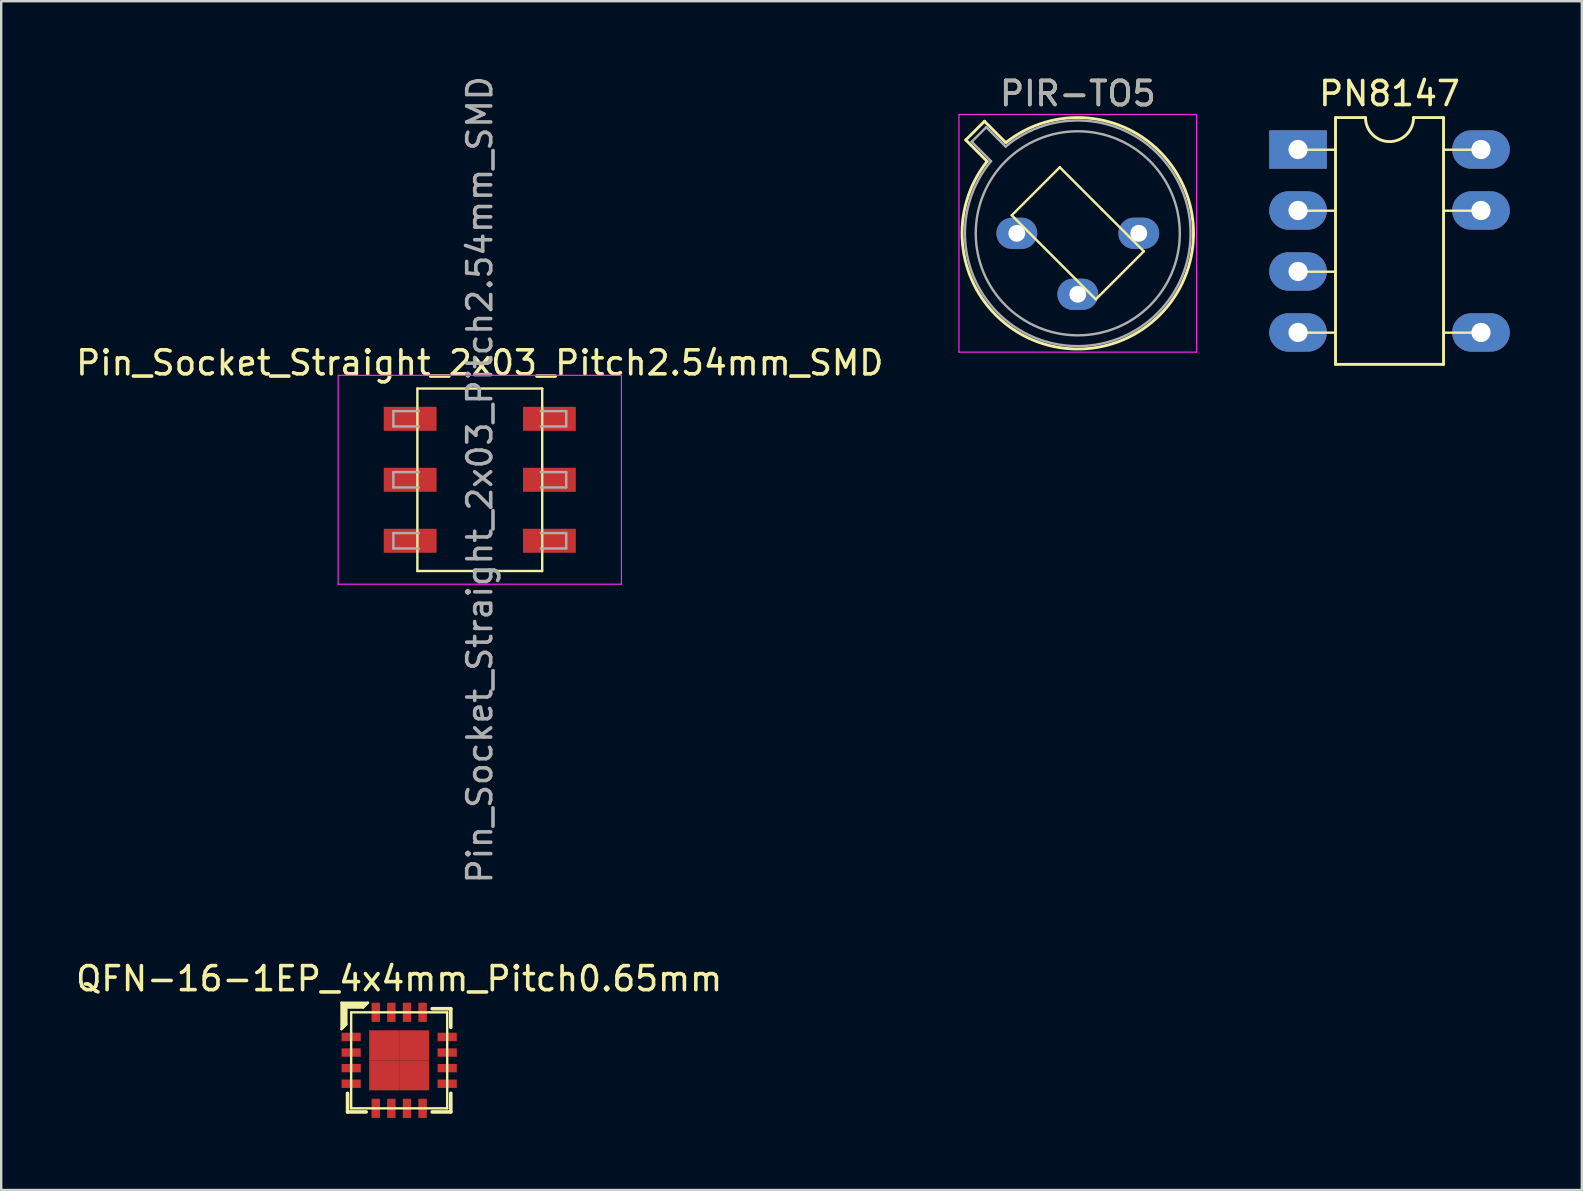
<source format=kicad_pcb>
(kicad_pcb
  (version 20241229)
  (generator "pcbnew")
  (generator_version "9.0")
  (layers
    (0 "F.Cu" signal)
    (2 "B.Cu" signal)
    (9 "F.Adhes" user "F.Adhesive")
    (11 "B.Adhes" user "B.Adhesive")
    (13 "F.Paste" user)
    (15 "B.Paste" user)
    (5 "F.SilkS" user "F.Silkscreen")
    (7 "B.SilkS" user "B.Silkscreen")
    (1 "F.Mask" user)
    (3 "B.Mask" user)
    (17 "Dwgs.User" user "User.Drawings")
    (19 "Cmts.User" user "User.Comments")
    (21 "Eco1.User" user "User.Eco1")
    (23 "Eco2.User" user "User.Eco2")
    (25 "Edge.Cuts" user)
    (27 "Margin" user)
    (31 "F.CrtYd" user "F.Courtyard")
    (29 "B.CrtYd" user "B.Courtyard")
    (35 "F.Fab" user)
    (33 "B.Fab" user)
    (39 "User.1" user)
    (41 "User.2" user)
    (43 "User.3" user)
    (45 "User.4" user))
  (footprint "PIR-TO5"
    (layer "F.Cu")
    (at 41.844 6.668)
    (property "Reference" "PIR-TO5" (at 0 -5.82 0) (layer "F.SilkS") (effects (font (size 1 1) (thickness 0.15))))
    (attr through_hole)
    (fp_line (start -4.666 -3.888) (end -3.775 -2.997) (stroke (width 0.12) (type solid)) (layer "F.SilkS"))
    (fp_line (start -3.888 -4.666) (end -4.666 -3.888) (stroke (width 0.12) (type solid)) (layer "F.SilkS"))
    (fp_line (start -2.997 -3.775) (end -3.888 -4.666) (stroke (width 0.12) (type solid)) (layer "F.SilkS"))
    (fp_line (start -0.75 -2.75) (end -2.75 -0.75) (stroke (width 0.1) (type solid)) (layer "F.SilkS"))
    (fp_line (start 0.75 2.75) (end -2.75 -0.75) (stroke (width 0.1) (type solid)) (layer "F.SilkS"))
    (fp_line (start 1 -1) (end -0.75 -2.75) (stroke (width 0.1) (type solid)) (layer "F.SilkS"))
    (fp_line (start 1 -1) (end 2.75 0.75) (stroke (width 0.1) (type solid)) (layer "F.SilkS"))
    (fp_line (start 2.75 0.75) (end 0.75 2.75) (stroke (width 0.1) (type solid)) (layer "F.SilkS"))
    (fp_arc (start -2.997084 -3.774902) (mid 3.408125 3.408384) (end -3.774674 -2.997371) (stroke (width 0.12) (type solid)) (layer "F.SilkS"))
    (fp_line (start -4.95 -4.95) (end -4.95 4.95) (stroke (width 0.05) (type solid)) (layer "F.CrtYd"))
    (fp_line (start -4.95 4.95) (end 4.95 4.95) (stroke (width 0.05) (type solid)) (layer "F.CrtYd"))
    (fp_line (start 4.95 -4.95) (end -4.95 -4.95) (stroke (width 0.05) (type solid)) (layer "F.CrtYd"))
    (fp_line (start 4.95 4.95) (end 4.95 -4.95) (stroke (width 0.05) (type solid)) (layer "F.CrtYd"))
    (fp_line (start -4.42 -3.812) (end -3.614 -3.005) (stroke (width 0.1) (type solid)) (layer "F.Fab"))
    (fp_line (start -3.812 -4.42) (end -4.42 -3.812) (stroke (width 0.1) (type solid)) (layer "F.Fab"))
    (fp_line (start -3.005 -3.614) (end -3.812 -4.42) (stroke (width 0.1) (type solid)) (layer "F.Fab"))
    (fp_arc (start -3.005408 -3.61352) (mid 3.323443 3.323361) (end -3.613594 -3.005319) (stroke (width 0.1) (type solid)) (layer "F.Fab"))
    (fp_circle (center 0 0) (end 4.25 0) (stroke (width 0.1) (type solid)) (fill no) (layer "F.Fab"))
    (fp_text user "${REFERENCE}" (at 0 -5.82 0) (layer "F.Fab") (effects (font (size 1 1) (thickness 0.15))))
    (pad "1" thru_hole oval (at -2.54 0) (size 1.7 1.3) (drill 0.7) (layers "*.Cu" "*.Mask"))
    (pad "2" thru_hole oval (at 0 2.54) (size 1.7 1.3) (drill 0.7) (layers "*.Cu" "*.Mask"))
    (pad "3" thru_hole oval (at 2.54 0) (size 1.7 1.3) (drill 0.7) (layers "*.Cu" "*.Mask")))
  (footprint "PN8147"
    (layer "F.Cu")
    (at 54.829 6.988)
    (property "Reference" "PN8147" (at 0 -6.14 0) (layer "F.SilkS") (effects (font (size 1 1) (thickness 0.15))))
    (attr through_hole)
    (fp_line (start -3.8 -3.8) (end -2.3 -3.8) (stroke (width 0.1) (type solid)) (layer "F.SilkS"))
    (fp_line (start -3.8 -1.26) (end -2.3 -1.26) (stroke (width 0.1) (type solid)) (layer "F.SilkS"))
    (fp_line (start -3.8 1.28) (end -2.3 1.28) (stroke (width 0.1) (type solid)) (layer "F.SilkS"))
    (fp_line (start -3.8 3.82) (end -2.3 3.82) (stroke (width 0.1) (type solid)) (layer "F.SilkS"))
    (fp_line (start -2.25 -5.14) (end -2.25 5.14) (stroke (width 0.12) (type solid)) (layer "F.SilkS"))
    (fp_line (start -2.25 5.14) (end 2.25 5.14) (stroke (width 0.12) (type solid)) (layer "F.SilkS"))
    (fp_line (start -1 -5.14) (end -2.25 -5.14) (stroke (width 0.12) (type solid)) (layer "F.SilkS"))
    (fp_line (start 2.25 -5.14) (end 1 -5.14) (stroke (width 0.12) (type solid)) (layer "F.SilkS"))
    (fp_line (start 2.25 5.14) (end 2.25 -5.14) (stroke (width 0.12) (type solid)) (layer "F.SilkS"))
    (fp_line (start 3.8 -3.8) (end 2.3 -3.8) (stroke (width 0.1) (type solid)) (layer "F.SilkS"))
    (fp_line (start 3.8 -1.26) (end 2.3 -1.26) (stroke (width 0.1) (type solid)) (layer "F.SilkS"))
    (fp_line (start 3.8 3.82) (end 2.3 3.82) (stroke (width 0.1) (type solid)) (layer "F.SilkS"))
    (fp_arc (start 1 -5.14) (mid 0 -4.14) (end -1 -5.14) (stroke (width 0.12) (type solid)) (layer "F.SilkS"))
    (pad "1" thru_hole rect (at -3.81 -3.81) (size 2.4 1.6) (drill 0.8) (layers "*.Cu" "*.Mask"))
    (pad "2" thru_hole oval (at -3.81 -1.27) (size 2.4 1.6) (drill 0.8) (layers "*.Cu" "*.Mask"))
    (pad "3" thru_hole oval (at -3.81 1.27) (size 2.4 1.6) (drill 0.8) (layers "*.Cu" "*.Mask"))
    (pad "4" thru_hole oval (at -3.81 3.81) (size 2.4 1.6) (drill 0.8) (layers "*.Cu" "*.Mask"))
    (pad "5" thru_hole oval (at 3.81 3.81) (size 2.4 1.6) (drill 0.8) (layers "*.Cu" "*.Mask"))
    (pad "7" thru_hole oval (at 3.81 -1.27) (size 2.4 1.6) (drill 0.8) (layers "*.Cu" "*.Mask"))
    (pad "8" thru_hole oval (at 3.81 -3.81) (size 2.4 1.6) (drill 0.8) (layers "*.Cu" "*.Mask")))
  (footprint "QFN-16-1EP_4x4mm_Pitch0.65mm"
    (layer "F.Cu")
    (at 13.577 41.117)
    (property "Reference" "QFN-16-1EP_4x4mm_Pitch0.65mm" (at 0 -3.4 0) (layer "F.SilkS") (effects (font (size 1 1) (thickness 0.15))))
    (attr smd)
    (fp_line (start -2.4 -2.4) (end -1.3 -2.4) (stroke (width 0.1) (type solid)) (layer "F.SilkS"))
    (fp_line (start -2.4 -1.3) (end -2.4 -2.4) (stroke (width 0.1) (type solid)) (layer "F.SilkS"))
    (fp_line (start -2.35 -2.35) (end -1.35 -2.35) (stroke (width 0.1) (type solid)) (layer "F.SilkS"))
    (fp_line (start -2.35 -1.35) (end -2.35 -2.35) (stroke (width 0.1) (type solid)) (layer "F.SilkS"))
    (fp_line (start -2.3 -2.3) (end -2.3 -1.4) (stroke (width 0.1) (type solid)) (layer "F.SilkS"))
    (fp_line (start -2.25 -2.25) (end -2.25 -1.45) (stroke (width 0.1) (type solid)) (layer "F.SilkS"))
    (fp_line (start -2.2 -2.2) (end -2.2 -1.5) (stroke (width 0.1) (type solid)) (layer "F.SilkS"))
    (fp_line (start -2.2 -1.5) (end -2.4 -1.3) (stroke (width 0.1) (type solid)) (layer "F.SilkS"))
    (fp_line (start -2.15 2.15) (end -2.15 1.375) (stroke (width 0.15) (type solid)) (layer "F.SilkS"))
    (fp_line (start -2.15 2.15) (end -1.375 2.15) (stroke (width 0.15) (type solid)) (layer "F.SilkS"))
    (fp_line (start -2 -2) (end -2 2) (stroke (width 0.1) (type solid)) (layer "F.SilkS"))
    (fp_line (start -2 2) (end 2 2) (stroke (width 0.1) (type solid)) (layer "F.SilkS"))
    (fp_line (start -1.5 -2.2) (end -2.2 -2.2) (stroke (width 0.1) (type solid)) (layer "F.SilkS"))
    (fp_line (start -1.45 -2.25) (end -2.25 -2.25) (stroke (width 0.1) (type solid)) (layer "F.SilkS"))
    (fp_line (start -1.4 -2.3) (end -2.3 -2.3) (stroke (width 0.1) (type solid)) (layer "F.SilkS"))
    (fp_line (start -1.3 -2.4) (end -1.5 -2.2) (stroke (width 0.1) (type solid)) (layer "F.SilkS"))
    (fp_line (start 2 -2) (end -2 -2) (stroke (width 0.1) (type solid)) (layer "F.SilkS"))
    (fp_line (start 2 2) (end 2 -2) (stroke (width 0.1) (type solid)) (layer "F.SilkS"))
    (fp_line (start 2.15 -2.15) (end 1.375 -2.15) (stroke (width 0.15) (type solid)) (layer "F.SilkS"))
    (fp_line (start 2.15 -2.15) (end 2.15 -1.375) (stroke (width 0.15) (type solid)) (layer "F.SilkS"))
    (fp_line (start 2.15 2.15) (end 1.375 2.15) (stroke (width 0.15) (type solid)) (layer "F.SilkS"))
    (fp_line (start 2.15 2.15) (end 2.15 1.375) (stroke (width 0.15) (type solid)) (layer "F.SilkS"))
    (pad "1" smd rect (at -2 -0.975) (size 0.8 0.35) (layers "F.Cu" "F.Mask" "F.Paste"))
    (pad "2" smd rect (at -2 -0.325) (size 0.8 0.35) (layers "F.Cu" "F.Mask" "F.Paste"))
    (pad "3" smd rect (at -2 0.325) (size 0.8 0.35) (layers "F.Cu" "F.Mask" "F.Paste"))
    (pad "4" smd rect (at -2 0.975) (size 0.8 0.35) (layers "F.Cu" "F.Mask" "F.Paste"))
    (pad "5" smd rect (at -0.975 2 90) (size 0.8 0.35) (layers "F.Cu" "F.Mask" "F.Paste"))
    (pad "6" smd rect (at -0.325 2 90) (size 0.8 0.35) (layers "F.Cu" "F.Mask" "F.Paste"))
    (pad "7" smd rect (at 0.325 2 90) (size 0.8 0.35) (layers "F.Cu" "F.Mask" "F.Paste"))
    (pad "8" smd rect (at 0.975 2 90) (size 0.8 0.35) (layers "F.Cu" "F.Mask" "F.Paste"))
    (pad "9" smd rect (at 2 0.975) (size 0.8 0.35) (layers "F.Cu" "F.Mask" "F.Paste"))
    (pad "10" smd rect (at 2 0.325) (size 0.8 0.35) (layers "F.Cu" "F.Mask" "F.Paste"))
    (pad "11" smd rect (at 2 -0.325) (size 0.8 0.35) (layers "F.Cu" "F.Mask" "F.Paste"))
    (pad "12" smd rect (at 2 -0.975) (size 0.8 0.35) (layers "F.Cu" "F.Mask" "F.Paste"))
    (pad "13" smd rect (at 0.975 -2 90) (size 0.8 0.35) (layers "F.Cu" "F.Mask" "F.Paste"))
    (pad "14" smd rect (at 0.325 -2 90) (size 0.8 0.35) (layers "F.Cu" "F.Mask" "F.Paste"))
    (pad "15" smd rect (at -0.325 -2 90) (size 0.8 0.35) (layers "F.Cu" "F.Mask" "F.Paste"))
    (pad "16" smd rect (at -0.975 -2 90) (size 0.8 0.35) (layers "F.Cu" "F.Mask" "F.Paste"))
    (pad "17" smd rect (at -0.625 -0.625) (size 1.25 1.25) (layers "F.Cu" "F.Mask" "F.Paste"))
    (pad "17" smd rect (at -0.625 0.625) (size 1.25 1.25) (layers "F.Cu" "F.Mask" "F.Paste"))
    (pad "17" smd rect (at 0.625 -0.625) (size 1.25 1.25) (layers "F.Cu" "F.Mask" "F.Paste"))
    (pad "17" smd rect (at 0.625 0.625) (size 1.25 1.25) (layers "F.Cu" "F.Mask" "F.Paste")))
  (footprint "Pin_Socket_Straight_2x03_Pitch2.54mm_SMD"
    (layer "F.Cu")
    (at 16.935 16.935)
    (property "Reference" "Pin_Socket_Straight_2x03_Pitch2.54mm_SMD" (at 0 -4.87 0) (layer "F.SilkS") (effects (font (size 1 1) (thickness 0.15))))
    (attr smd)
    (fp_line (start -2.6 -3.8) (end -2.6 3.8) (stroke (width 0.1) (type solid)) (layer "F.SilkS"))
    (fp_line (start 2.6 -3.8) (end -2.6 -3.8) (stroke (width 0.1) (type solid)) (layer "F.SilkS"))
    (fp_line (start 2.6 -3.8) (end 2.6 3.8) (stroke (width 0.1) (type solid)) (layer "F.SilkS"))
    (fp_line (start 2.6 3.8) (end -2.6 3.8) (stroke (width 0.1) (type solid)) (layer "F.SilkS"))
    (fp_line (start -5.9 -4.35) (end -5.9 4.35) (stroke (width 0.05) (type solid)) (layer "F.CrtYd"))
    (fp_line (start -5.9 4.35) (end 5.9 4.35) (stroke (width 0.05) (type solid)) (layer "F.CrtYd"))
    (fp_line (start 5.9 -4.35) (end -5.9 -4.35) (stroke (width 0.05) (type solid)) (layer "F.CrtYd"))
    (fp_line (start 5.9 4.35) (end 5.9 -4.35) (stroke (width 0.05) (type solid)) (layer "F.CrtYd"))
    (fp_line (start -3.6 -2.86) (end -3.6 -2.22) (stroke (width 0.1) (type solid)) (layer "F.Fab"))
    (fp_line (start -3.6 -2.22) (end -2.54 -2.22) (stroke (width 0.1) (type solid)) (layer "F.Fab"))
    (fp_line (start -3.6 -0.32) (end -3.6 0.32) (stroke (width 0.1) (type solid)) (layer "F.Fab"))
    (fp_line (start -3.6 0.32) (end -2.54 0.32) (stroke (width 0.1) (type solid)) (layer "F.Fab"))
    (fp_line (start -3.6 2.22) (end -3.6 2.86) (stroke (width 0.1) (type solid)) (layer "F.Fab"))
    (fp_line (start -3.6 2.86) (end -2.54 2.86) (stroke (width 0.1) (type solid)) (layer "F.Fab"))
    (fp_line (start -2.54 -2.86) (end -3.6 -2.86) (stroke (width 0.1) (type solid)) (layer "F.Fab"))
    (fp_line (start -2.54 -0.32) (end -3.6 -0.32) (stroke (width 0.1) (type solid)) (layer "F.Fab"))
    (fp_line (start -2.54 2.22) (end -3.6 2.22) (stroke (width 0.1) (type solid)) (layer "F.Fab"))
    (fp_line (start 2.54 -2.86) (end 3.6 -2.86) (stroke (width 0.1) (type solid)) (layer "F.Fab"))
    (fp_line (start 2.54 -0.32) (end 3.6 -0.32) (stroke (width 0.1) (type solid)) (layer "F.Fab"))
    (fp_line (start 2.54 2.22) (end 3.6 2.22) (stroke (width 0.1) (type solid)) (layer "F.Fab"))
    (fp_line (start 3.6 -2.86) (end 3.6 -2.22) (stroke (width 0.1) (type solid)) (layer "F.Fab"))
    (fp_line (start 3.6 -2.22) (end 2.54 -2.22) (stroke (width 0.1) (type solid)) (layer "F.Fab"))
    (fp_line (start 3.6 -0.32) (end 3.6 0.32) (stroke (width 0.1) (type solid)) (layer "F.Fab"))
    (fp_line (start 3.6 0.32) (end 2.54 0.32) (stroke (width 0.1) (type solid)) (layer "F.Fab"))
    (fp_line (start 3.6 2.22) (end 3.6 2.86) (stroke (width 0.1) (type solid)) (layer "F.Fab"))
    (fp_line (start 3.6 2.86) (end 2.54 2.86) (stroke (width 0.1) (type solid)) (layer "F.Fab"))
    (fp_text user "${REFERENCE}" (at 0 0 90) (layer "F.Fab") (effects (font (size 1 1) (thickness 0.15))))
    (pad "1" smd rect (at -2.9 -2.54) (size 2.2 1) (layers "F.Cu" "F.Mask" "F.Paste"))
    (pad "2" smd rect (at 2.9 -2.54) (size 2.2 1) (layers "F.Cu" "F.Mask" "F.Paste"))
    (pad "3" smd rect (at -2.9 0) (size 2.2 1) (layers "F.Cu" "F.Mask" "F.Paste"))
    (pad "4" smd rect (at 2.9 0) (size 2.2 1) (layers "F.Cu" "F.Mask" "F.Paste"))
    (pad "5" smd rect (at -2.9 2.54) (size 2.2 1) (layers "F.Cu" "F.Mask" "F.Paste"))
    (pad "6" smd rect (at 2.9 2.54) (size 2.2 1) (layers "F.Cu" "F.Mask" "F.Paste")))
  (gr_rect
    (start -3 -3)
    (end 62.839 46.517)
    (stroke (width 0.1) (type default))
    (fill no)
    (layer "Edge.Cuts")))
</source>
